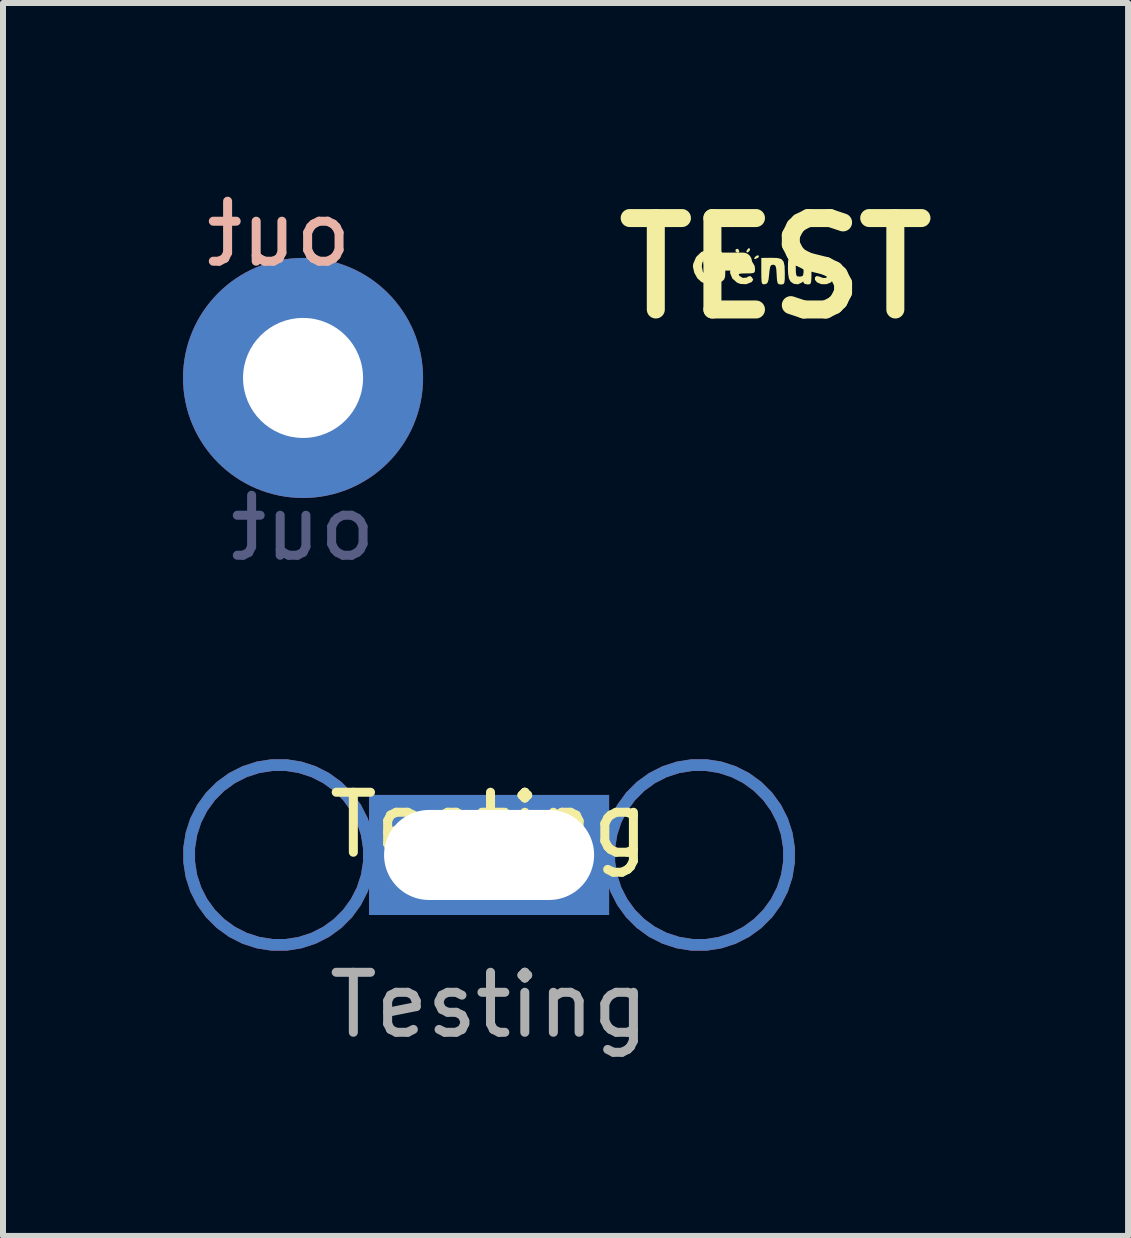
<source format=kicad_pcb>
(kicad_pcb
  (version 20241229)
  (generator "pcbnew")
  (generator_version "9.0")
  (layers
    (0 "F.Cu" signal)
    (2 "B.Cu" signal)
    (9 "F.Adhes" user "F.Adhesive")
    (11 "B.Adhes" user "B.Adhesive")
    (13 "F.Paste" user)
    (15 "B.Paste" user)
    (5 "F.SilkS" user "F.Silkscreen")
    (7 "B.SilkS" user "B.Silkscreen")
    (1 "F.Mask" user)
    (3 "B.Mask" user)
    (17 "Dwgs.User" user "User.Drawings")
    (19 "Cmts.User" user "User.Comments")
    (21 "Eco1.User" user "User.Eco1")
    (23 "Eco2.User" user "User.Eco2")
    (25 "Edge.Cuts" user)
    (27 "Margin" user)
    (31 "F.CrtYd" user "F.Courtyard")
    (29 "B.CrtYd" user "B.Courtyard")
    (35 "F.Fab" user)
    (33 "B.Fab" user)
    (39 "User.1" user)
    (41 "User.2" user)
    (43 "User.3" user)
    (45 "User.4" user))
  (footprint "TEST"
    (layer "F.Cu")
    (at 9.874 1.418)
    (property "Reference" "TEST" (at 0 0 0) (layer "F.SilkS") (effects (font (size 1.524 1.524) (thickness 0.3))))
    (attr board_only exclude_from_pos_files exclude_from_bom)
    (fp_poly (pts (xy -0.284 -0.211) (xy -0.278 -0.187) (xy -0.294 -0.172) (xy -0.341 -0.15) (xy -0.358 -0.159) (xy -0.342 -0.188) (xy -0.304 -0.213)) (stroke (width 0) (type solid)) (fill yes) (layer "F.SilkS"))
    (fp_poly (pts (xy -0.742 -0.196) (xy -0.734 -0.173) (xy -0.75 -0.15) (xy -0.783 -0.159) (xy -0.8 -0.177) (xy -0.807 -0.212) (xy -0.803 -0.219) (xy -0.773 -0.221)) (stroke (width 0) (type solid)) (fill yes) (layer "F.SilkS"))
    (fp_poly (pts (xy -0.62 -0.315) (xy -0.604 -0.278) (xy -0.62 -0.255) (xy -0.628 -0.254) (xy -0.663 -0.273) (xy -0.667 -0.279) (xy -0.666 -0.31) (xy -0.638 -0.323)) (stroke (width 0) (type solid)) (fill yes) (layer "F.SilkS"))
    (fp_poly (pts (xy -0.424 -0.318) (xy -0.435 -0.286) (xy -0.465 -0.261) (xy -0.468 -0.26) (xy -0.487 -0.268) (xy -0.483 -0.291) (xy -0.456 -0.327) (xy -0.442 -0.333)) (stroke (width 0) (type solid)) (fill yes) (layer "F.SilkS"))
    (fp_poly (pts (xy 0.917 -0.159) (xy 0.946 -0.135) (xy 0.95 -0.109) (xy 0.941 -0.073) (xy 0.904 -0.063) (xy 0.865 -0.065) (xy 0.801 -0.067) (xy 0.786 -0.054) (xy 0.821 -0.027) (xy 0.878 0.002) (xy 0.95 0.048) (xy 0.982 0.103) (xy 0.984 0.119) (xy 0.97 0.188) (xy 0.919 0.24) (xy 0.845 0.268) (xy 0.763 0.268) (xy 0.69 0.237) (xy 0.656 0.194) (xy 0.657 0.153) (xy 0.684 0.131) (xy 0.726 0.14) (xy 0.789 0.163) (xy 0.839 0.164) (xy 0.859 0.143) (xy 0.837 0.117) (xy 0.8 0.1) (xy 0.71 0.054) (xy 0.663 -0.006) (xy 0.657 -0.07) (xy 0.689 -0.127) (xy 0.757 -0.163) (xy 0.85 -0.17)) (stroke (width 0) (type solid)) (fill yes) (layer "F.SilkS"))
    (fp_poly (pts (xy 0.031 -0.169) (xy 0.096 -0.151) (xy 0.133 -0.109) (xy 0.15 -0.035) (xy 0.154 0.082) (xy 0.154 0.1) (xy 0.153 0.192) (xy 0.146 0.244) (xy 0.13 0.267) (xy 0.1 0.272) (xy 0.09 0.272) (xy 0.055 0.269) (xy 0.035 0.249) (xy 0.024 0.202) (xy 0.018 0.116) (xy 0.018 0.108) (xy 0.012 0.017) (xy 0.001 -0.033) (xy -0.018 -0.053) (xy -0.042 -0.057) (xy -0.072 -0.05) (xy -0.09 -0.021) (xy -0.101 0.042) (xy -0.107 0.101) (xy -0.117 0.19) (xy -0.131 0.239) (xy -0.154 0.262) (xy -0.179 0.268) (xy -0.207 0.269) (xy -0.225 0.257) (xy -0.234 0.221) (xy -0.237 0.151) (xy -0.238 0.053) (xy -0.238 -0.17) (xy -0.068 -0.172)) (stroke (width 0) (type solid)) (fill yes) (layer "F.SilkS"))
    (fp_poly (pts (xy -0.464 -0.161) (xy -0.393 -0.112) (xy -0.349 -0.038) (xy -0.342 0.014) (xy -0.345 0.056) (xy -0.361 0.078) (xy -0.405 0.087) (xy -0.487 0.088) (xy -0.489 0.088) (xy -0.571 0.09) (xy -0.609 0.097) (xy -0.613 0.113) (xy -0.603 0.128) (xy -0.546 0.163) (xy -0.483 0.158) (xy -0.456 0.14) (xy -0.421 0.131) (xy -0.393 0.156) (xy -0.372 0.194) (xy -0.393 0.225) (xy -0.407 0.236) (xy -0.489 0.268) (xy -0.585 0.264) (xy -0.642 0.242) (xy -0.721 0.172) (xy -0.758 0.081) (xy -0.751 -0.019) (xy -0.75 -0.02) (xy -0.623 -0.02) (xy -0.602 0.002) (xy -0.553 0.009) (xy -0.491 -0.001) (xy -0.473 -0.032) (xy -0.49 -0.062) (xy -0.542 -0.065) (xy -0.603 -0.047) (xy -0.623 -0.02) (xy -0.75 -0.02) (xy -0.706 -0.106) (xy -0.634 -0.162) (xy -0.549 -0.179)) (stroke (width 0) (type solid)) (fill yes) (layer "F.SilkS"))
    (fp_poly (pts (xy -1.008 -0.31) (xy -0.983 -0.304) (xy -0.901 -0.271) (xy -0.871 -0.233) (xy -0.892 -0.188) (xy -0.895 -0.186) (xy -0.931 -0.163) (xy -0.983 -0.17) (xy -1.012 -0.18) (xy -1.104 -0.192) (xy -1.177 -0.16) (xy -1.221 -0.091) (xy -1.23 -0.032) (xy -1.211 0.063) (xy -1.155 0.121) (xy -1.062 0.141) (xy -1.058 0.141) (xy -0.996 0.135) (xy -0.971 0.111) (xy -0.969 0.088) (xy -0.985 0.046) (xy -1.032 0.036) (xy -1.08 0.024) (xy -1.088 -0.011) (xy -1.069 -0.041) (xy -1.018 -0.059) (xy -0.96 -0.065) (xy -0.838 -0.073) (xy -0.838 0.06) (xy -0.841 0.141) (xy -0.856 0.188) (xy -0.891 0.219) (xy -0.915 0.232) (xy -1.031 0.267) (xy -1.153 0.262) (xy -1.233 0.233) (xy -1.304 0.169) (xy -1.355 0.076) (xy -1.377 -0.023) (xy -1.373 -0.07) (xy -1.324 -0.185) (xy -1.24 -0.267) (xy -1.131 -0.311)) (stroke (width 0) (type solid)) (fill yes) (layer "F.SilkS"))
    (fp_poly (pts (xy 0.564 -0.173) (xy 0.583 -0.16) (xy 0.593 -0.125) (xy 0.597 -0.059) (xy 0.598 0.049) (xy 0.597 0.157) (xy 0.593 0.223) (xy 0.583 0.257) (xy 0.564 0.27) (xy 0.532 0.272) (xy 0.483 0.262) (xy 0.467 0.241) (xy 0.459 0.223) (xy 0.436 0.241) (xy 0.374 0.27) (xy 0.302 0.261) (xy 0.249 0.224) (xy 0.222 0.173) (xy 0.209 0.088) (xy 0.206 0.001) (xy 0.207 -0.093) (xy 0.213 -0.145) (xy 0.229 -0.169) (xy 0.258 -0.175) (xy 0.271 -0.175) (xy 0.308 -0.172) (xy 0.327 -0.153) (xy 0.335 -0.108) (xy 0.337 -0.023) (xy 0.337 -0.017) (xy 0.338 0.07) (xy 0.346 0.118) (xy 0.364 0.137) (xy 0.4 0.141) (xy 0.402 0.141) (xy 0.438 0.137) (xy 0.458 0.119) (xy 0.466 0.074) (xy 0.467 -0.012) (xy 0.467 -0.017) (xy 0.469 -0.105) (xy 0.476 -0.152) (xy 0.495 -0.171) (xy 0.53 -0.175) (xy 0.532 -0.175)) (stroke (width 0) (type solid)) (fill yes) (layer "F.SilkS")))
  (footprint "Testing"
    (layer "F.Cu")
    (at 5.1 11.197)
    (property "Reference" "Testing" (at 0 -0.5 0) (unlocked yes) (layer "F.SilkS") (effects (font (size 1 1) (thickness 0.15))))
    (attr through_hole)
    (fp_text user "${REFERENCE}" (at 0 2.5 0) (unlocked yes) (layer "F.Fab") (effects (font (size 1 1) (thickness 0.15))))
    (pad "1" thru_hole custom (at 0 0) (size 4 2) (drill oval 3.5 1.5) (layers "*.Cu" "*.Mask") (options (anchor rect)) (primitives (gr_circle (center -3.5 0) (end -2 0) (width 0.2) (fill no)) (gr_circle (center 3.5 0) (end 5 0) (width 0.2) (fill no)))))
  (footprint "out"
    (layer "F.Cu")
    (at 2 3.248)
    (property "Reference" "out" (at -0.4 -2.4 0) (unlocked yes) (layer "B.SilkS") (effects (font (size 1 1) (thickness 0.15)) (justify mirror)))
    (attr through_hole)
    (fp_text user "${REFERENCE}" (at 0 2.5 0) (unlocked yes) (layer "B.Fab") (effects (font (size 1 1) (thickness 0.15)) (justify mirror)))
    (pad "1" thru_hole circle (at 0 0) (size 4 4) (drill 2) (layers "*.Cu" "*.Mask")))
  (gr_rect
    (start -3 -3)
    (end 15.748 17.545)
    (stroke (width 0.1) (type default))
    (fill no)
    (layer "Edge.Cuts")))
</source>
